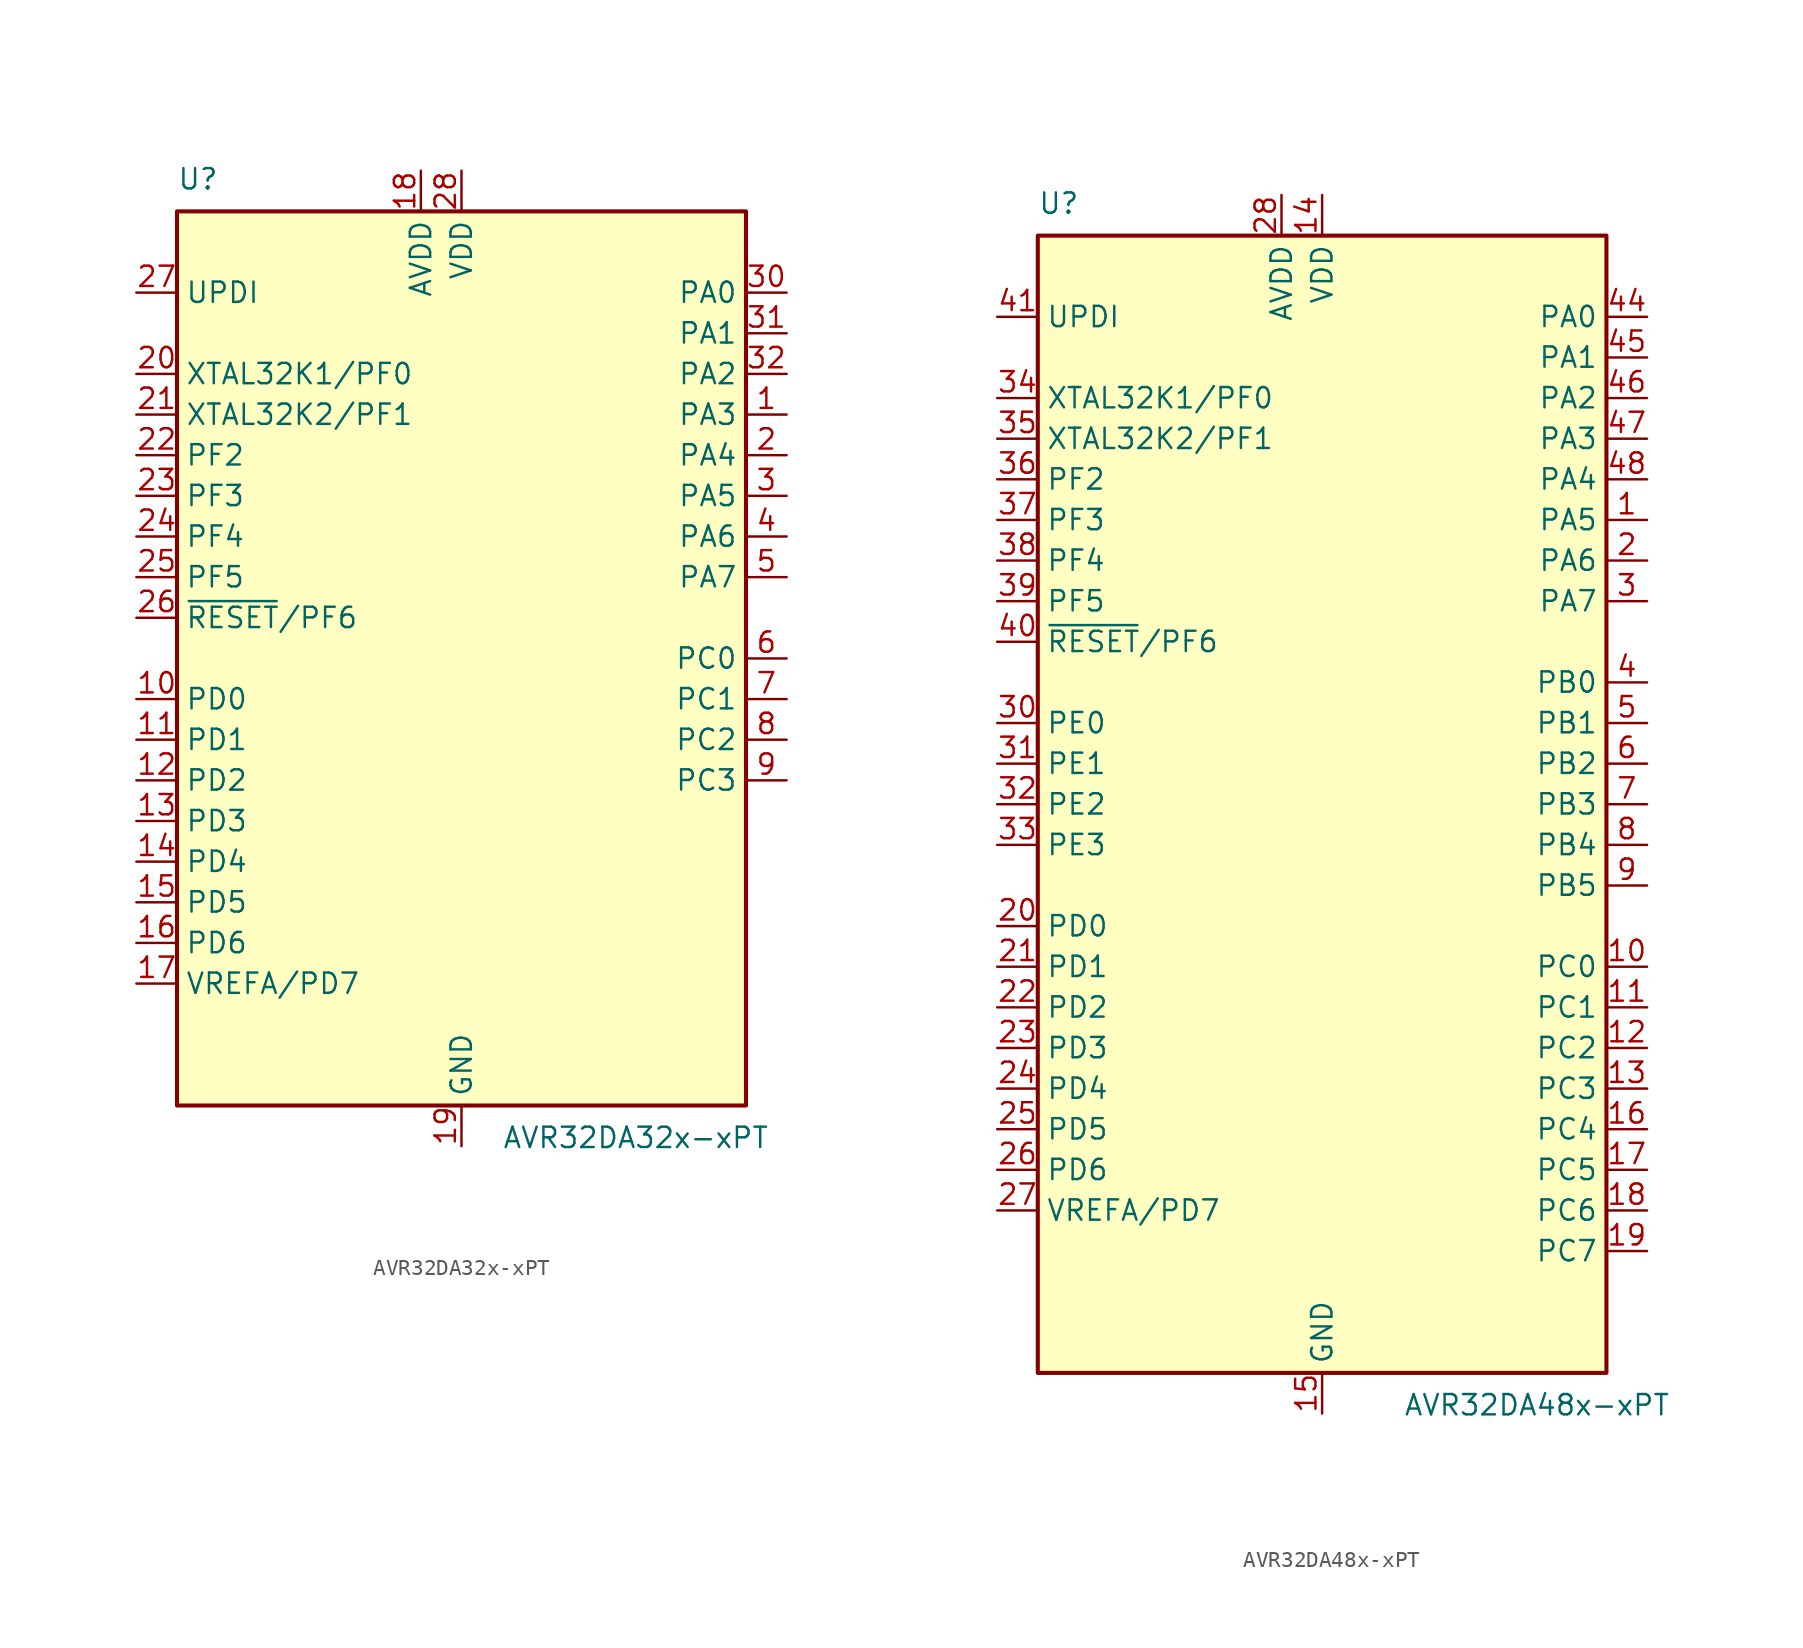
<source format=kicad_sym>
(kicad_symbol_lib
  (version 20241209)
  (generator "kicad_symbol_editor")
  (generator_version "9.0")
  (symbol "AVR32DA32x-xPT"
    (property "Reference" "U"
      (at -17.78 29.21 0)
      (effects (font (size 1.27 1.27)) (justify left bottom)))
    (property "Value" "AVR32DA32x-xPT"
      (at 2.54 -29.21 0)
      (effects (font (size 1.27 1.27)) (justify left top)))
    (symbol "AVR32DA32x-xPT_0_1"
      (rectangle (start -17.78 27.94) (end 17.78 -27.94) (stroke (width 0.254) (type default)) (fill (type background))))
    (symbol "AVR32DA32x-xPT_1_1"
      (pin input line (at -20.32 22.86 0) (length 2.54) (name "UPDI" (effects (font (size 1.27 1.27)))) (number "27" (effects (font (size 1.27 1.27)))))
      (pin bidirectional line (at -20.32 17.78 0) (length 2.54) (name "XTAL32K1/PF0" (effects (font (size 1.27 1.27)))) (number "20" (effects (font (size 1.27 1.27)))))
      (pin bidirectional line (at -20.32 15.24 0) (length 2.54) (name "XTAL32K2/PF1" (effects (font (size 1.27 1.27)))) (number "21" (effects (font (size 1.27 1.27)))))
      (pin bidirectional line (at -20.32 12.7 0) (length 2.54) (name "PF2" (effects (font (size 1.27 1.27)))) (number "22" (effects (font (size 1.27 1.27)))))
      (pin bidirectional line (at -20.32 10.16 0) (length 2.54) (name "PF3" (effects (font (size 1.27 1.27)))) (number "23" (effects (font (size 1.27 1.27)))))
      (pin bidirectional line (at -20.32 7.62 0) (length 2.54) (name "PF4" (effects (font (size 1.27 1.27)))) (number "24" (effects (font (size 1.27 1.27)))))
      (pin bidirectional line (at -20.32 5.08 0) (length 2.54) (name "PF5" (effects (font (size 1.27 1.27)))) (number "25" (effects (font (size 1.27 1.27)))))
      (pin bidirectional line (at -20.32 2.54 0) (length 2.54) (name "~{RESET}/PF6" (effects (font (size 1.27 1.27)))) (number "26" (effects (font (size 1.27 1.27)))))
      (pin bidirectional line (at -20.32 -2.54 0) (length 2.54) (name "PD0" (effects (font (size 1.27 1.27)))) (number "10" (effects (font (size 1.27 1.27)))))
      (pin bidirectional line (at -20.32 -5.08 0) (length 2.54) (name "PD1" (effects (font (size 1.27 1.27)))) (number "11" (effects (font (size 1.27 1.27)))))
      (pin bidirectional line (at -20.32 -7.62 0) (length 2.54) (name "PD2" (effects (font (size 1.27 1.27)))) (number "12" (effects (font (size 1.27 1.27)))))
      (pin bidirectional line (at -20.32 -10.16 0) (length 2.54) (name "PD3" (effects (font (size 1.27 1.27)))) (number "13" (effects (font (size 1.27 1.27)))))
      (pin bidirectional line (at -20.32 -12.7 0) (length 2.54) (name "PD4" (effects (font (size 1.27 1.27)))) (number "14" (effects (font (size 1.27 1.27)))))
      (pin bidirectional line (at -20.32 -15.24 0) (length 2.54) (name "PD5" (effects (font (size 1.27 1.27)))) (number "15" (effects (font (size 1.27 1.27)))))
      (pin bidirectional line (at -20.32 -17.78 0) (length 2.54) (name "PD6" (effects (font (size 1.27 1.27)))) (number "16" (effects (font (size 1.27 1.27)))))
      (pin bidirectional line (at -20.32 -20.32 0) (length 2.54) (name "VREFA/PD7" (effects (font (size 1.27 1.27)))) (number "17" (effects (font (size 1.27 1.27)))))
      (pin power_in line (at -2.54 30.48 270) (length 2.54) (name "AVDD" (effects (font (size 1.27 1.27)))) (number "18" (effects (font (size 1.27 1.27)))))
      (pin power_in line (at 0 30.48 270) (length 2.54) (name "VDD" (effects (font (size 1.27 1.27)))) (number "28" (effects (font (size 1.27 1.27)))))
      (pin power_in line (at 0 -30.48 90) (length 2.54) (name "GND" (effects (font (size 1.27 1.27)))) (number "19" (effects (font (size 1.27 1.27)))))
      (pin passive line (at 0 -30.48 90) (length 2.54) (hide yes) (name "GND" (effects (font (size 1.27 1.27)))) (number "29" (effects (font (size 1.27 1.27)))))
      (pin bidirectional line (at 20.32 22.86 180) (length 2.54) (name "PA0" (effects (font (size 1.27 1.27)))) (number "30" (effects (font (size 1.27 1.27)))))
      (pin bidirectional line (at 20.32 20.32 180) (length 2.54) (name "PA1" (effects (font (size 1.27 1.27)))) (number "31" (effects (font (size 1.27 1.27)))))
      (pin bidirectional line (at 20.32 17.78 180) (length 2.54) (name "PA2" (effects (font (size 1.27 1.27)))) (number "32" (effects (font (size 1.27 1.27)))))
      (pin bidirectional line (at 20.32 15.24 180) (length 2.54) (name "PA3" (effects (font (size 1.27 1.27)))) (number "1" (effects (font (size 1.27 1.27)))))
      (pin bidirectional line (at 20.32 12.7 180) (length 2.54) (name "PA4" (effects (font (size 1.27 1.27)))) (number "2" (effects (font (size 1.27 1.27)))))
      (pin bidirectional line (at 20.32 10.16 180) (length 2.54) (name "PA5" (effects (font (size 1.27 1.27)))) (number "3" (effects (font (size 1.27 1.27)))))
      (pin bidirectional line (at 20.32 7.62 180) (length 2.54) (name "PA6" (effects (font (size 1.27 1.27)))) (number "4" (effects (font (size 1.27 1.27)))))
      (pin bidirectional line (at 20.32 5.08 180) (length 2.54) (name "PA7" (effects (font (size 1.27 1.27)))) (number "5" (effects (font (size 1.27 1.27)))))
      (pin bidirectional line (at 20.32 0 180) (length 2.54) (name "PC0" (effects (font (size 1.27 1.27)))) (number "6" (effects (font (size 1.27 1.27)))))
      (pin bidirectional line (at 20.32 -2.54 180) (length 2.54) (name "PC1" (effects (font (size 1.27 1.27)))) (number "7" (effects (font (size 1.27 1.27)))))
      (pin bidirectional line (at 20.32 -5.08 180) (length 2.54) (name "PC2" (effects (font (size 1.27 1.27)))) (number "8" (effects (font (size 1.27 1.27)))))
      (pin bidirectional line (at 20.32 -7.62 180) (length 2.54) (name "PC3" (effects (font (size 1.27 1.27)))) (number "9" (effects (font (size 1.27 1.27)))))))
  (symbol "AVR32DA48x-xPT"
    (property "Reference" "U"
      (at -17.78 36.83 0)
      (effects (font (size 1.27 1.27)) (justify left bottom)))
    (property "Value" "AVR32DA48x-xPT"
      (at 5.08 -36.83 0)
      (effects (font (size 1.27 1.27)) (justify left top)))
    (symbol "AVR32DA48x-xPT_0_1"
      (rectangle (start -17.78 35.56) (end 17.78 -35.56) (stroke (width 0.254) (type default)) (fill (type background))))
    (symbol "AVR32DA48x-xPT_1_1"
      (pin input line (at -20.32 30.48 0) (length 2.54) (name "UPDI" (effects (font (size 1.27 1.27)))) (number "41" (effects (font (size 1.27 1.27)))))
      (pin bidirectional line (at -20.32 25.4 0) (length 2.54) (name "XTAL32K1/PF0" (effects (font (size 1.27 1.27)))) (number "34" (effects (font (size 1.27 1.27)))))
      (pin bidirectional line (at -20.32 22.86 0) (length 2.54) (name "XTAL32K2/PF1" (effects (font (size 1.27 1.27)))) (number "35" (effects (font (size 1.27 1.27)))))
      (pin bidirectional line (at -20.32 20.32 0) (length 2.54) (name "PF2" (effects (font (size 1.27 1.27)))) (number "36" (effects (font (size 1.27 1.27)))))
      (pin bidirectional line (at -20.32 17.78 0) (length 2.54) (name "PF3" (effects (font (size 1.27 1.27)))) (number "37" (effects (font (size 1.27 1.27)))))
      (pin bidirectional line (at -20.32 15.24 0) (length 2.54) (name "PF4" (effects (font (size 1.27 1.27)))) (number "38" (effects (font (size 1.27 1.27)))))
      (pin bidirectional line (at -20.32 12.7 0) (length 2.54) (name "PF5" (effects (font (size 1.27 1.27)))) (number "39" (effects (font (size 1.27 1.27)))))
      (pin bidirectional line (at -20.32 10.16 0) (length 2.54) (name "~{RESET}/PF6" (effects (font (size 1.27 1.27)))) (number "40" (effects (font (size 1.27 1.27)))))
      (pin bidirectional line (at -20.32 5.08 0) (length 2.54) (name "PE0" (effects (font (size 1.27 1.27)))) (number "30" (effects (font (size 1.27 1.27)))))
      (pin bidirectional line (at -20.32 2.54 0) (length 2.54) (name "PE1" (effects (font (size 1.27 1.27)))) (number "31" (effects (font (size 1.27 1.27)))))
      (pin bidirectional line (at -20.32 0 0) (length 2.54) (name "PE2" (effects (font (size 1.27 1.27)))) (number "32" (effects (font (size 1.27 1.27)))))
      (pin bidirectional line (at -20.32 -2.54 0) (length 2.54) (name "PE3" (effects (font (size 1.27 1.27)))) (number "33" (effects (font (size 1.27 1.27)))))
      (pin bidirectional line (at -20.32 -7.62 0) (length 2.54) (name "PD0" (effects (font (size 1.27 1.27)))) (number "20" (effects (font (size 1.27 1.27)))))
      (pin bidirectional line (at -20.32 -10.16 0) (length 2.54) (name "PD1" (effects (font (size 1.27 1.27)))) (number "21" (effects (font (size 1.27 1.27)))))
      (pin bidirectional line (at -20.32 -12.7 0) (length 2.54) (name "PD2" (effects (font (size 1.27 1.27)))) (number "22" (effects (font (size 1.27 1.27)))))
      (pin bidirectional line (at -20.32 -15.24 0) (length 2.54) (name "PD3" (effects (font (size 1.27 1.27)))) (number "23" (effects (font (size 1.27 1.27)))))
      (pin bidirectional line (at -20.32 -17.78 0) (length 2.54) (name "PD4" (effects (font (size 1.27 1.27)))) (number "24" (effects (font (size 1.27 1.27)))))
      (pin bidirectional line (at -20.32 -20.32 0) (length 2.54) (name "PD5" (effects (font (size 1.27 1.27)))) (number "25" (effects (font (size 1.27 1.27)))))
      (pin bidirectional line (at -20.32 -22.86 0) (length 2.54) (name "PD6" (effects (font (size 1.27 1.27)))) (number "26" (effects (font (size 1.27 1.27)))))
      (pin bidirectional line (at -20.32 -25.4 0) (length 2.54) (name "VREFA/PD7" (effects (font (size 1.27 1.27)))) (number "27" (effects (font (size 1.27 1.27)))))
      (pin power_in line (at -2.54 38.1 270) (length 2.54) (name "AVDD" (effects (font (size 1.27 1.27)))) (number "28" (effects (font (size 1.27 1.27)))))
      (pin power_in line (at 0 38.1 270) (length 2.54) (name "VDD" (effects (font (size 1.27 1.27)))) (number "14" (effects (font (size 1.27 1.27)))))
      (pin passive line (at 0 38.1 270) (length 2.54) (hide yes) (name "VDD" (effects (font (size 1.27 1.27)))) (number "42" (effects (font (size 1.27 1.27)))))
      (pin power_in line (at 0 -38.1 90) (length 2.54) (name "GND" (effects (font (size 1.27 1.27)))) (number "15" (effects (font (size 1.27 1.27)))))
      (pin passive line (at 0 -38.1 90) (length 2.54) (hide yes) (name "GND" (effects (font (size 1.27 1.27)))) (number "29" (effects (font (size 1.27 1.27)))))
      (pin passive line (at 0 -38.1 90) (length 2.54) (hide yes) (name "GND" (effects (font (size 1.27 1.27)))) (number "43" (effects (font (size 1.27 1.27)))))
      (pin bidirectional line (at 20.32 30.48 180) (length 2.54) (name "PA0" (effects (font (size 1.27 1.27)))) (number "44" (effects (font (size 1.27 1.27)))))
      (pin bidirectional line (at 20.32 27.94 180) (length 2.54) (name "PA1" (effects (font (size 1.27 1.27)))) (number "45" (effects (font (size 1.27 1.27)))))
      (pin bidirectional line (at 20.32 25.4 180) (length 2.54) (name "PA2" (effects (font (size 1.27 1.27)))) (number "46" (effects (font (size 1.27 1.27)))))
      (pin bidirectional line (at 20.32 22.86 180) (length 2.54) (name "PA3" (effects (font (size 1.27 1.27)))) (number "47" (effects (font (size 1.27 1.27)))))
      (pin bidirectional line (at 20.32 20.32 180) (length 2.54) (name "PA4" (effects (font (size 1.27 1.27)))) (number "48" (effects (font (size 1.27 1.27)))))
      (pin bidirectional line (at 20.32 17.78 180) (length 2.54) (name "PA5" (effects (font (size 1.27 1.27)))) (number "1" (effects (font (size 1.27 1.27)))))
      (pin bidirectional line (at 20.32 15.24 180) (length 2.54) (name "PA6" (effects (font (size 1.27 1.27)))) (number "2" (effects (font (size 1.27 1.27)))))
      (pin bidirectional line (at 20.32 12.7 180) (length 2.54) (name "PA7" (effects (font (size 1.27 1.27)))) (number "3" (effects (font (size 1.27 1.27)))))
      (pin bidirectional line (at 20.32 7.62 180) (length 2.54) (name "PB0" (effects (font (size 1.27 1.27)))) (number "4" (effects (font (size 1.27 1.27)))))
      (pin bidirectional line (at 20.32 5.08 180) (length 2.54) (name "PB1" (effects (font (size 1.27 1.27)))) (number "5" (effects (font (size 1.27 1.27)))))
      (pin bidirectional line (at 20.32 2.54 180) (length 2.54) (name "PB2" (effects (font (size 1.27 1.27)))) (number "6" (effects (font (size 1.27 1.27)))))
      (pin bidirectional line (at 20.32 0 180) (length 2.54) (name "PB3" (effects (font (size 1.27 1.27)))) (number "7" (effects (font (size 1.27 1.27)))))
      (pin bidirectional line (at 20.32 -2.54 180) (length 2.54) (name "PB4" (effects (font (size 1.27 1.27)))) (number "8" (effects (font (size 1.27 1.27)))))
      (pin bidirectional line (at 20.32 -5.08 180) (length 2.54) (name "PB5" (effects (font (size 1.27 1.27)))) (number "9" (effects (font (size 1.27 1.27)))))
      (pin bidirectional line (at 20.32 -10.16 180) (length 2.54) (name "PC0" (effects (font (size 1.27 1.27)))) (number "10" (effects (font (size 1.27 1.27)))))
      (pin bidirectional line (at 20.32 -12.7 180) (length 2.54) (name "PC1" (effects (font (size 1.27 1.27)))) (number "11" (effects (font (size 1.27 1.27)))))
      (pin bidirectional line (at 20.32 -15.24 180) (length 2.54) (name "PC2" (effects (font (size 1.27 1.27)))) (number "12" (effects (font (size 1.27 1.27)))))
      (pin bidirectional line (at 20.32 -17.78 180) (length 2.54) (name "PC3" (effects (font (size 1.27 1.27)))) (number "13" (effects (font (size 1.27 1.27)))))
      (pin bidirectional line (at 20.32 -20.32 180) (length 2.54) (name "PC4" (effects (font (size 1.27 1.27)))) (number "16" (effects (font (size 1.27 1.27)))))
      (pin bidirectional line (at 20.32 -22.86 180) (length 2.54) (name "PC5" (effects (font (size 1.27 1.27)))) (number "17" (effects (font (size 1.27 1.27)))))
      (pin bidirectional line (at 20.32 -25.4 180) (length 2.54) (name "PC6" (effects (font (size 1.27 1.27)))) (number "18" (effects (font (size 1.27 1.27)))))
      (pin bidirectional line (at 20.32 -27.94 180) (length 2.54) (name "PC7" (effects (font (size 1.27 1.27)))) (number "19" (effects (font (size 1.27 1.27))))))))
</source>
